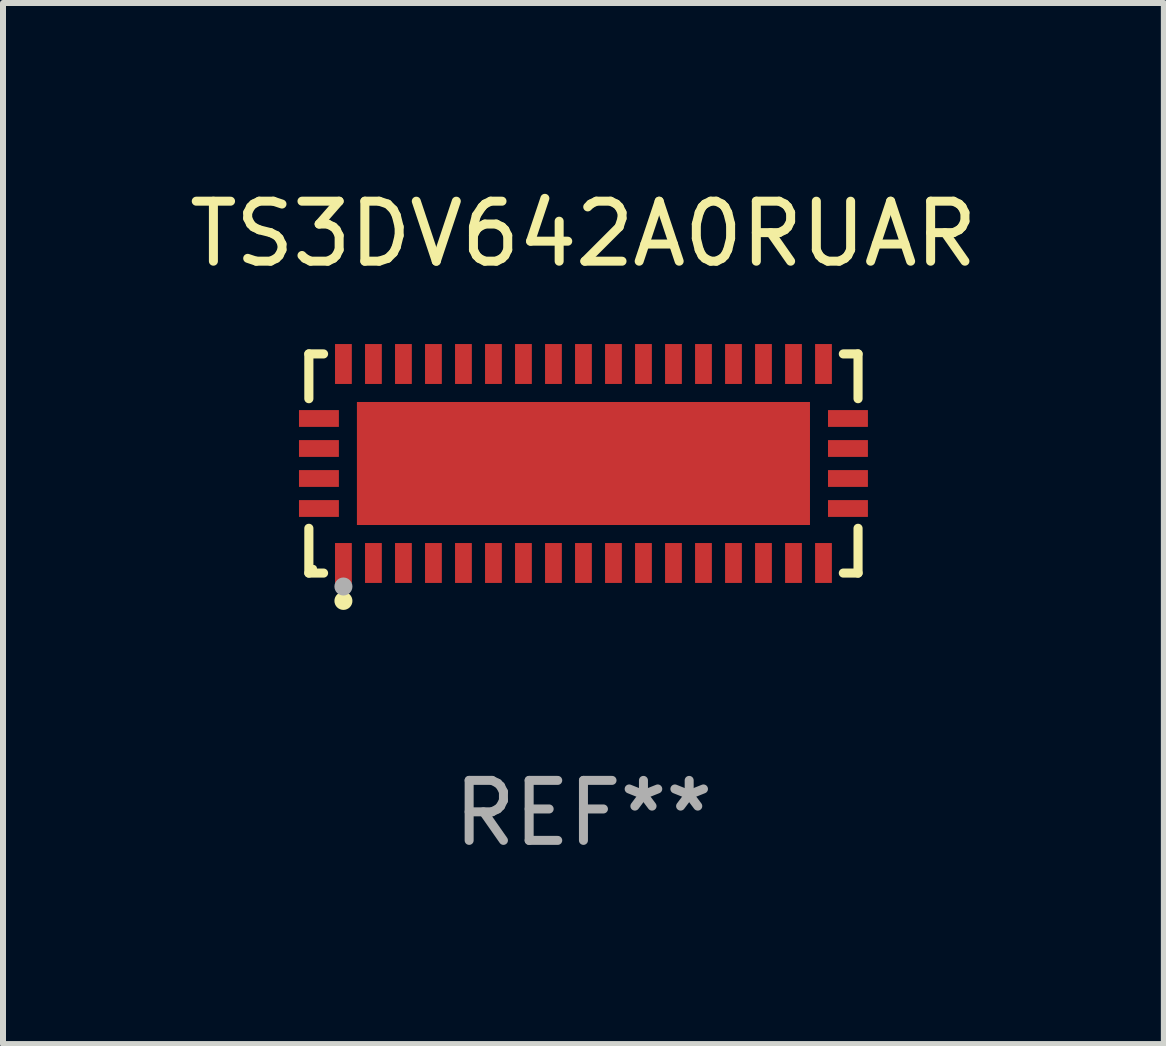
<source format=kicad_pcb>
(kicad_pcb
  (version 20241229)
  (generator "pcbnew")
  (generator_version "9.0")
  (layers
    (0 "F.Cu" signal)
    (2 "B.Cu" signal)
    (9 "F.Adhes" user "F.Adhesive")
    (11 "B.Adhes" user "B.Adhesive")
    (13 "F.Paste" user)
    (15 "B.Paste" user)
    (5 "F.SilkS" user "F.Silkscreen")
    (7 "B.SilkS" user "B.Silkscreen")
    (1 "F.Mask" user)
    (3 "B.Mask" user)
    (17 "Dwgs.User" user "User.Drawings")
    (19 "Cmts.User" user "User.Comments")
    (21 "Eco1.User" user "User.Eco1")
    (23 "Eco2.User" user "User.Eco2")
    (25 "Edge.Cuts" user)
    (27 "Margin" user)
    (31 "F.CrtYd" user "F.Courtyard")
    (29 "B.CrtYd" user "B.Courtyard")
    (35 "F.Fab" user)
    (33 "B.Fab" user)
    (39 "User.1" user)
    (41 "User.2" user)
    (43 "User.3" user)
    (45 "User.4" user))
  (footprint "TS3DV642A0RUAR"
    (layer "F.Cu")
    (at 6.673 4.674)
    (property "Reference" "TS3DV642A0RUAR" (at 0 -3.826 0) (layer "F.SilkS") (effects (font (size 1 1) (thickness 0.15))))
    (attr through_hole)
    (fp_line (start -4.576 -1.826) (end -4.331 -1.826) (stroke (width 0.152) (type solid)) (layer "F.SilkS"))
    (fp_line (start -4.576 -1.08) (end -4.576 -1.826) (stroke (width 0.152) (type solid)) (layer "F.SilkS"))
    (fp_line (start -4.576 1.08) (end -4.576 1.826) (stroke (width 0.152) (type solid)) (layer "F.SilkS"))
    (fp_line (start -4.576 1.826) (end -4.331 1.826) (stroke (width 0.152) (type solid)) (layer "F.SilkS"))
    (fp_line (start 4.576 -1.826) (end 4.331 -1.826) (stroke (width 0.152) (type solid)) (layer "F.SilkS"))
    (fp_line (start 4.576 -1.08) (end 4.576 -1.826) (stroke (width 0.152) (type solid)) (layer "F.SilkS"))
    (fp_line (start 4.576 1.08) (end 4.576 1.826) (stroke (width 0.152) (type solid)) (layer "F.SilkS"))
    (fp_line (start 4.576 1.826) (end 4.331 1.826) (stroke (width 0.152) (type solid)) (layer "F.SilkS"))
    (fp_circle (center -4.5 1.75) (end -4.47 1.75) (stroke (width 0.06) (type solid)) (fill no) (layer "F.SilkS"))
    (fp_circle (center -4 2.29) (end -3.925 2.29) (stroke (width 0.15) (type solid)) (fill no) (layer "F.SilkS"))
    (fp_circle (center -4 2.05) (end -3.925 2.05) (stroke (width 0.15) (type solid)) (fill no) (layer "F.Fab"))
    (fp_text user "REF**" (at 0 5.826 0) (layer "F.Fab") (effects (font (size 1 1) (thickness 0.15))))
    (pad "1" smd rect (at -4 1.658) (size 0.28 0.665) (layers "F.Cu" "F.Mask" "F.Paste"))
    (pad "2" smd rect (at -3.5 1.658) (size 0.28 0.665) (layers "F.Cu" "F.Mask" "F.Paste"))
    (pad "3" smd rect (at -3 1.658) (size 0.28 0.665) (layers "F.Cu" "F.Mask" "F.Paste"))
    (pad "4" smd rect (at -2.5 1.658) (size 0.28 0.665) (layers "F.Cu" "F.Mask" "F.Paste"))
    (pad "5" smd rect (at -2 1.658) (size 0.28 0.665) (layers "F.Cu" "F.Mask" "F.Paste"))
    (pad "6" smd rect (at -1.5 1.658) (size 0.28 0.665) (layers "F.Cu" "F.Mask" "F.Paste"))
    (pad "7" smd rect (at -1 1.658) (size 0.28 0.665) (layers "F.Cu" "F.Mask" "F.Paste"))
    (pad "8" smd rect (at -0.5 1.658) (size 0.28 0.665) (layers "F.Cu" "F.Mask" "F.Paste"))
    (pad "9" smd rect (at 0 1.658) (size 0.28 0.665) (layers "F.Cu" "F.Mask" "F.Paste"))
    (pad "10" smd rect (at 0.5 1.658) (size 0.28 0.665) (layers "F.Cu" "F.Mask" "F.Paste"))
    (pad "11" smd rect (at 1 1.658) (size 0.28 0.665) (layers "F.Cu" "F.Mask" "F.Paste"))
    (pad "12" smd rect (at 1.5 1.658) (size 0.28 0.665) (layers "F.Cu" "F.Mask" "F.Paste"))
    (pad "13" smd rect (at 2 1.658) (size 0.28 0.665) (layers "F.Cu" "F.Mask" "F.Paste"))
    (pad "14" smd rect (at 2.5 1.658) (size 0.28 0.665) (layers "F.Cu" "F.Mask" "F.Paste"))
    (pad "15" smd rect (at 3 1.658) (size 0.28 0.665) (layers "F.Cu" "F.Mask" "F.Paste"))
    (pad "16" smd rect (at 3.5 1.658) (size 0.28 0.665) (layers "F.Cu" "F.Mask" "F.Paste"))
    (pad "17" smd rect (at 4 1.658) (size 0.28 0.665) (layers "F.Cu" "F.Mask" "F.Paste"))
    (pad "18" smd rect (at 4.408 0.75) (size 0.665 0.28) (layers "F.Cu" "F.Mask" "F.Paste"))
    (pad "19" smd rect (at 4.408 0.25) (size 0.665 0.28) (layers "F.Cu" "F.Mask" "F.Paste"))
    (pad "20" smd rect (at 4.408 -0.25) (size 0.665 0.28) (layers "F.Cu" "F.Mask" "F.Paste"))
    (pad "21" smd rect (at 4.408 -0.75) (size 0.665 0.28) (layers "F.Cu" "F.Mask" "F.Paste"))
    (pad "22" smd rect (at 4 -1.658) (size 0.28 0.665) (layers "F.Cu" "F.Mask" "F.Paste"))
    (pad "23" smd rect (at 3.5 -1.658) (size 0.28 0.665) (layers "F.Cu" "F.Mask" "F.Paste"))
    (pad "24" smd rect (at 3 -1.658) (size 0.28 0.665) (layers "F.Cu" "F.Mask" "F.Paste"))
    (pad "25" smd rect (at 2.5 -1.658) (size 0.28 0.665) (layers "F.Cu" "F.Mask" "F.Paste"))
    (pad "26" smd rect (at 2 -1.658) (size 0.28 0.665) (layers "F.Cu" "F.Mask" "F.Paste"))
    (pad "27" smd rect (at 1.5 -1.658) (size 0.28 0.665) (layers "F.Cu" "F.Mask" "F.Paste"))
    (pad "28" smd rect (at 1 -1.658) (size 0.28 0.665) (layers "F.Cu" "F.Mask" "F.Paste"))
    (pad "29" smd rect (at 0.5 -1.658) (size 0.28 0.665) (layers "F.Cu" "F.Mask" "F.Paste"))
    (pad "30" smd rect (at 0 -1.658) (size 0.28 0.665) (layers "F.Cu" "F.Mask" "F.Paste"))
    (pad "31" smd rect (at -0.5 -1.658) (size 0.28 0.665) (layers "F.Cu" "F.Mask" "F.Paste"))
    (pad "32" smd rect (at -1 -1.658) (size 0.28 0.665) (layers "F.Cu" "F.Mask" "F.Paste"))
    (pad "33" smd rect (at -1.5 -1.658) (size 0.28 0.665) (layers "F.Cu" "F.Mask" "F.Paste"))
    (pad "34" smd rect (at -2 -1.658) (size 0.28 0.665) (layers "F.Cu" "F.Mask" "F.Paste"))
    (pad "35" smd rect (at -2.5 -1.658) (size 0.28 0.665) (layers "F.Cu" "F.Mask" "F.Paste"))
    (pad "36" smd rect (at -3 -1.658) (size 0.28 0.665) (layers "F.Cu" "F.Mask" "F.Paste"))
    (pad "37" smd rect (at -3.5 -1.658) (size 0.28 0.665) (layers "F.Cu" "F.Mask" "F.Paste"))
    (pad "38" smd rect (at -4 -1.658) (size 0.28 0.665) (layers "F.Cu" "F.Mask" "F.Paste"))
    (pad "39" smd rect (at -4.408 -0.75) (size 0.665 0.28) (layers "F.Cu" "F.Mask" "F.Paste"))
    (pad "40" smd rect (at -4.408 -0.25) (size 0.665 0.28) (layers "F.Cu" "F.Mask" "F.Paste"))
    (pad "41" smd rect (at -4.408 0.25) (size 0.665 0.28) (layers "F.Cu" "F.Mask" "F.Paste"))
    (pad "42" smd rect (at -4.408 0.75) (size 0.665 0.28) (layers "F.Cu" "F.Mask" "F.Paste"))
    (pad "43" smd rect (at 0 0) (size 7.55 2.05) (layers "F.Cu" "F.Mask" "F.Paste")))
  (gr_rect
    (start -3 -3)
    (end 16.345 14.349)
    (stroke (width 0.1) (type default))
    (fill no)
    (layer "Edge.Cuts")))
</source>
